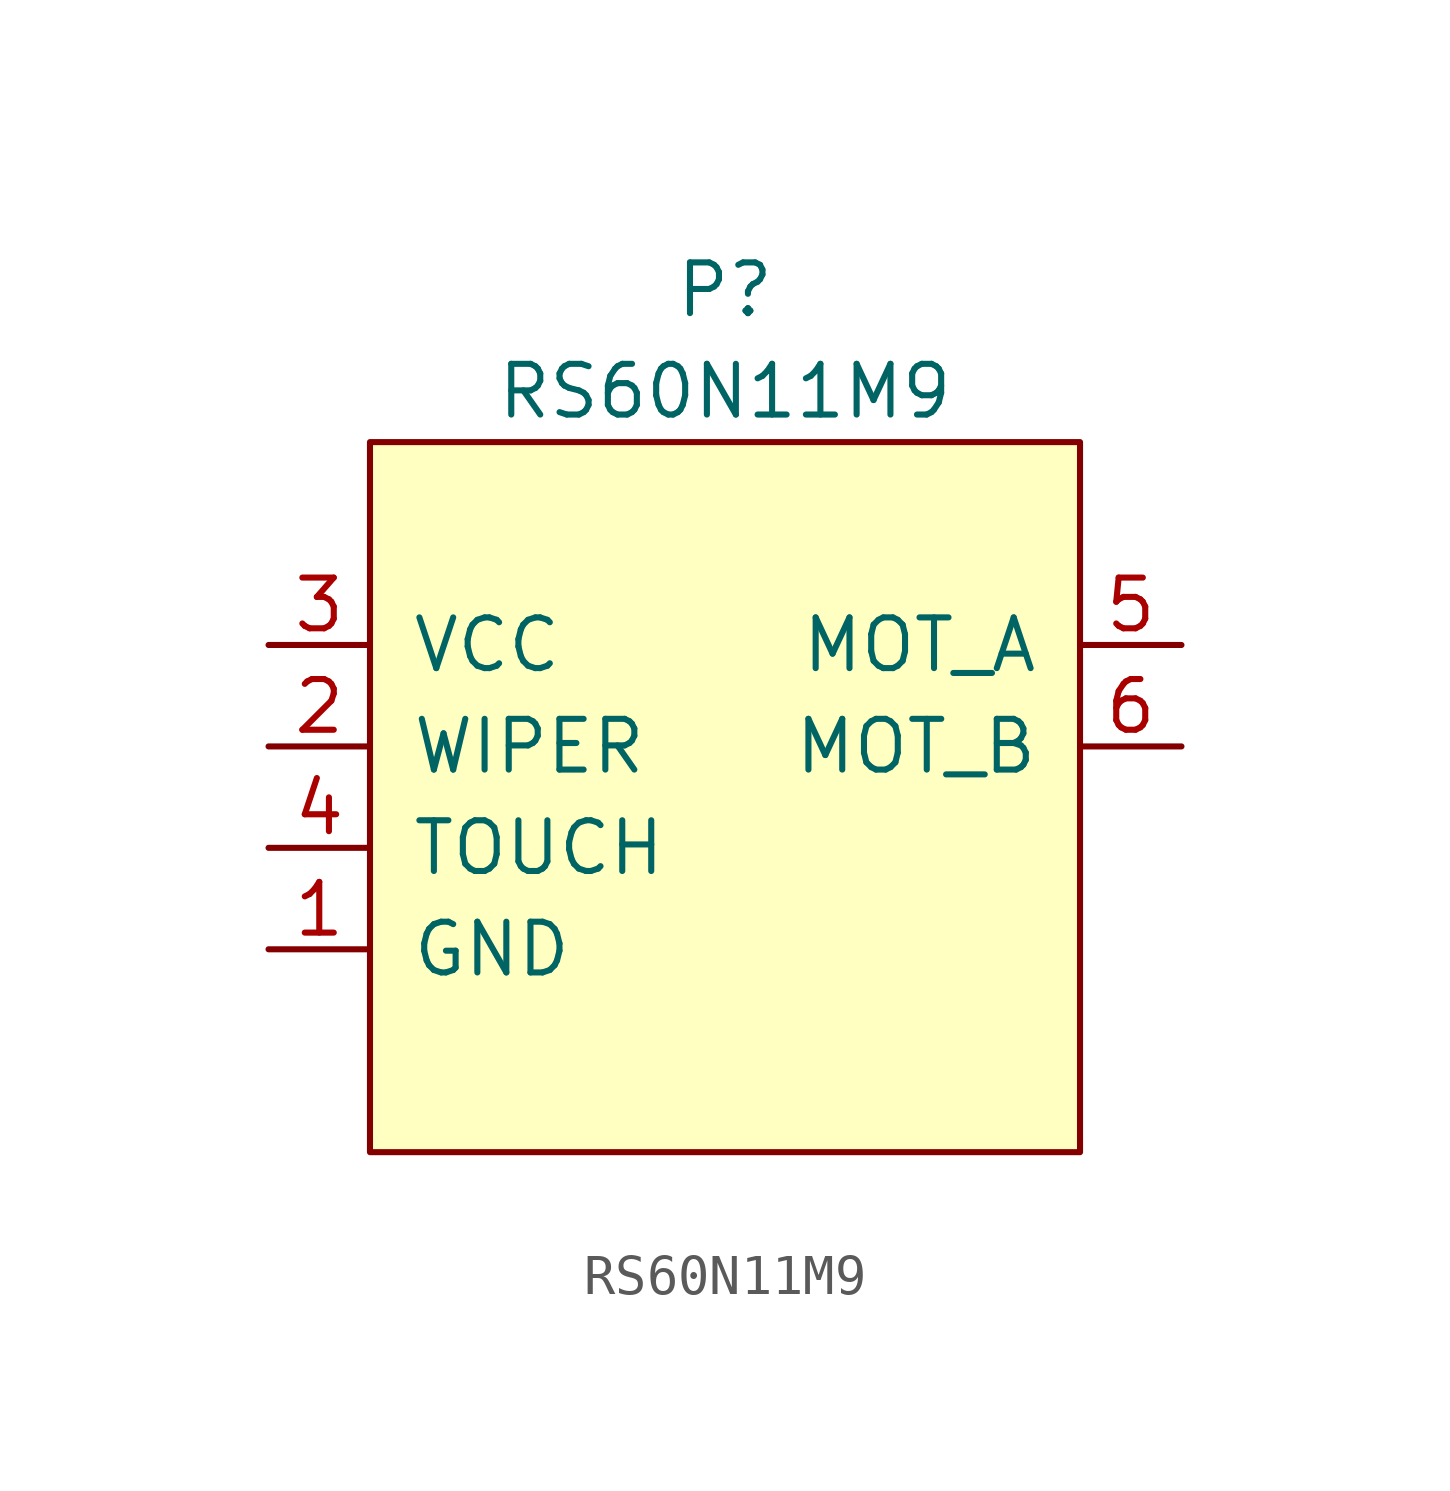
<source format=kicad_sym>
(kicad_symbol_lib
  (version 20211014)
  (generator kicad_symbol_editor)
  (symbol "RS60N11M9"
    (pin_names
      (offset 1.016))
    (property "Reference" "P"
      (at 7.62 13.97 0)
      (effects (font (size 1.27 1.27))))
    (property "Value" "RS60N11M9"
      (at 7.62 11.43 0)
      (effects (font (size 1.27 1.27))))
    (symbol "RS60N11M9_0_1"
      (rectangle (start -1.27 10.16) (end 16.51 -7.62) (stroke (width 0) (type default) (color 0 0 0 0)) (fill (type background))))
    (symbol "RS60N11M9_1_1"
      (pin power_in line (at -3.81 -2.54 0) (length 2.54) (name "GND" (effects (font (size 1.27 1.27)))) (number "1" (effects (font (size 1.27 1.27)))))
      (pin output line (at -3.81 2.54 0) (length 2.54) (name "WIPER" (effects (font (size 1.27 1.27)))) (number "2" (effects (font (size 1.27 1.27)))))
      (pin power_in line (at -3.81 5.08 0) (length 2.54) (name "VCC" (effects (font (size 1.27 1.27)))) (number "3" (effects (font (size 1.27 1.27)))))
      (pin output line (at -3.81 0 0) (length 2.54) (name "TOUCH" (effects (font (size 1.27 1.27)))) (number "4" (effects (font (size 1.27 1.27)))))
      (pin input line (at 19.05 5.08 180) (length 2.54) (name "MOT_A" (effects (font (size 1.27 1.27)))) (number "5" (effects (font (size 1.27 1.27)))))
      (pin input line (at 19.05 2.54 180) (length 2.54) (name "MOT_B" (effects (font (size 1.27 1.27)))) (number "6" (effects (font (size 1.27 1.27))))))))
</source>
